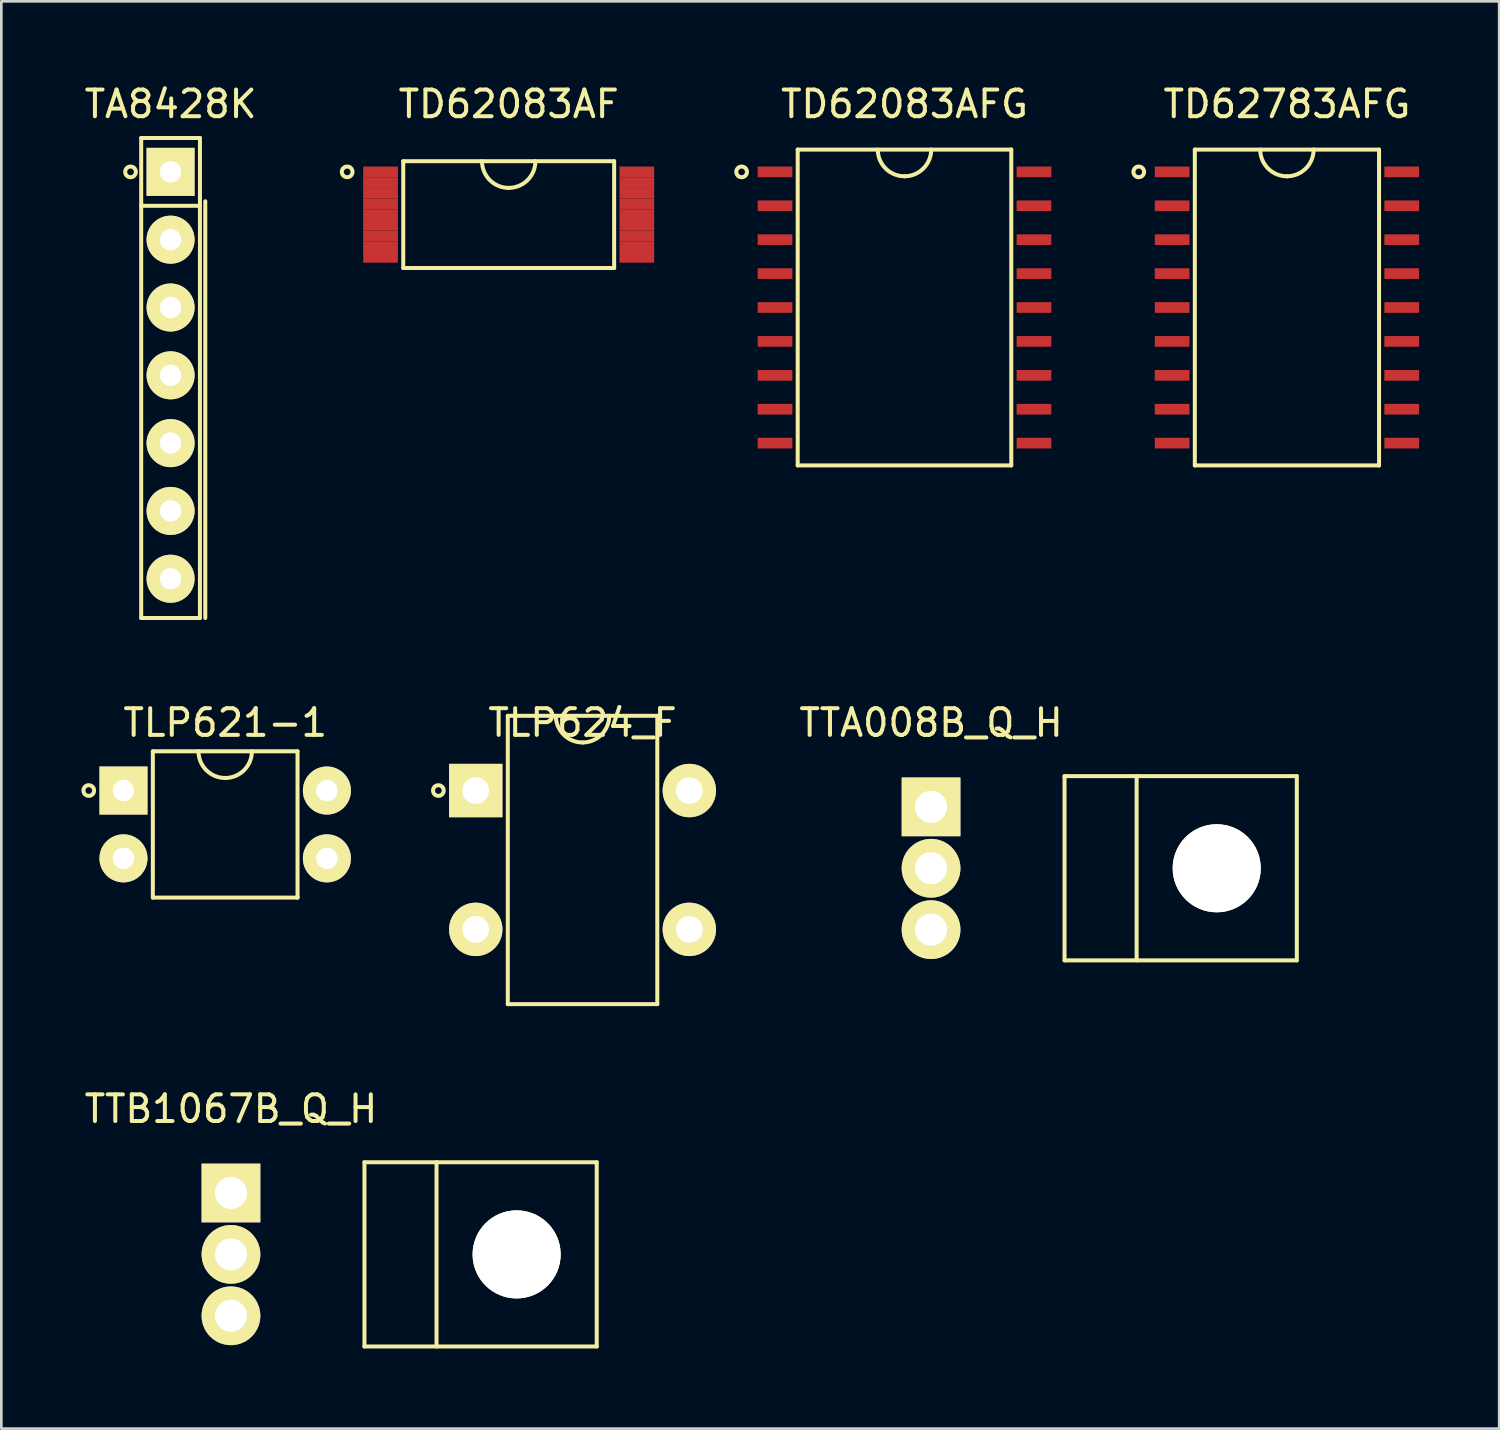
<source format=kicad_pcb>
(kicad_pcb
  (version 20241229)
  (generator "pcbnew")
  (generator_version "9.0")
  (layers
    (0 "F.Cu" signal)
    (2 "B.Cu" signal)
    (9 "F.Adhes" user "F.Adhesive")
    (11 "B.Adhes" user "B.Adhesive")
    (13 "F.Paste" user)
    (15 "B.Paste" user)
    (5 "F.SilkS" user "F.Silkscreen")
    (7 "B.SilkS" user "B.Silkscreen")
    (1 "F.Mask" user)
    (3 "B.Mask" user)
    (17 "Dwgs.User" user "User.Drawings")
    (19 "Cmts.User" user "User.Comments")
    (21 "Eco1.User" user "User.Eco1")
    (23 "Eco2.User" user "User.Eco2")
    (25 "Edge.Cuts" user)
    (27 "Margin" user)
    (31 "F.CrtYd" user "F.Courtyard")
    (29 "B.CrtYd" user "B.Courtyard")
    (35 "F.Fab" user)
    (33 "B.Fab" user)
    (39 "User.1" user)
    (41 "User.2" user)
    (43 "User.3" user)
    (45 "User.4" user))
  (footprint "TTB1067B_Q_H"
    (layer "F.Cu")
    (at 5.601 41.635)
    (property "Reference" "TTB1067B_Q_H" (at 0 -3.15 0) (layer "F.SilkS") (effects (font (size 1 1) (thickness 0.15))))
    (attr through_hole)
    (fp_line (start 5 -1.15) (end 5 5.75) (stroke (width 0.15) (type solid)) (layer "F.SilkS"))
    (fp_line (start 5 -1.15) (end 13.7 -1.15) (stroke (width 0.15) (type solid)) (layer "F.SilkS"))
    (fp_line (start 5 5.75) (end 13.7 5.75) (stroke (width 0.15) (type solid)) (layer "F.SilkS"))
    (fp_line (start 7.7 -1.15) (end 7.7 5.75) (stroke (width 0.15) (type solid)) (layer "F.SilkS"))
    (fp_line (start 13.7 -1.15) (end 13.7 5.75) (stroke (width 0.15) (type solid)) (layer "F.SilkS"))
    (pad "" np_thru_hole circle (at 10.7 2.3) (size 3.3 3.3) (drill 3.3) (layers "*.Cu" "*.Mask" "F.SilkS"))
    (pad "1" thru_hole rect (at 0 0) (size 2.2 2.2) (drill 1.2) (layers "*.Cu" "*.Mask" "F.SilkS"))
    (pad "2" thru_hole circle (at 0 2.3) (size 2.2 2.2) (drill 1.2) (layers "*.Cu" "*.Mask" "F.SilkS"))
    (pad "3" thru_hole circle (at 0 4.6) (size 2.2 2.2) (drill 1.2) (layers "*.Cu" "*.Mask" "F.SilkS")))
  (footprint "TLP624_F"
    (layer "F.Cu")
    (at 14.77 26.561)
    (property "Reference" "TLP624_F" (at 4 -2.54 0) (layer "F.SilkS") (effects (font (size 1 1) (thickness 0.15))))
    (attr through_hole)
    (fp_line (start 1.2 -2.8) (end 6.8 -2.8) (stroke (width 0.15) (type solid)) (layer "F.SilkS"))
    (fp_line (start 1.2 8) (end 1.2 -2.8) (stroke (width 0.15) (type solid)) (layer "F.SilkS"))
    (fp_line (start 6.8 -2.8) (end 6.8 8) (stroke (width 0.15) (type solid)) (layer "F.SilkS"))
    (fp_line (start 6.8 8) (end 1.2 8) (stroke (width 0.15) (type solid)) (layer "F.SilkS"))
    (fp_arc (start 4 -1.8) (mid 3.292893 -2.092893) (end 3 -2.8) (stroke (width 0.15) (type solid)) (layer "F.SilkS"))
    (fp_arc (start 5 -2.8) (mid 4.707107 -2.092893) (end 4 -1.8) (stroke (width 0.15) (type solid)) (layer "F.SilkS"))
    (fp_circle (center -1.4 0) (end -1.4 0.2) (stroke (width 0.15) (type solid)) (fill no) (layer "F.SilkS"))
    (pad "1" thru_hole rect (at 0 0) (size 2 2) (drill 1) (layers "*.Cu" "*.Mask" "F.SilkS"))
    (pad "2" thru_hole circle (at 0 5.2) (size 2 2) (drill 1) (layers "*.Cu" "*.Mask" "F.SilkS"))
    (pad "3" thru_hole circle (at 8 5.2) (size 2 2) (drill 1) (layers "*.Cu" "*.Mask" "F.SilkS"))
    (pad "4" thru_hole circle (at 8 0) (size 2 2) (drill 1) (layers "*.Cu" "*.Mask" "F.SilkS")))
  (footprint "TD62783AFG"
    (layer "F.Cu")
    (at 40.854 3.388)
    (property "Reference" "TD62783AFG" (at 4.3 -2.54 0) (layer "F.SilkS") (effects (font (size 1 1) (thickness 0.15))))
    (attr through_hole)
    (fp_line (start 0.85 -0.835) (end 7.75 -0.835) (stroke (width 0.15) (type solid)) (layer "F.SilkS"))
    (fp_line (start 0.85 10.995) (end 0.85 -0.835) (stroke (width 0.15) (type solid)) (layer "F.SilkS"))
    (fp_line (start 7.75 -0.835) (end 7.75 10.995) (stroke (width 0.15) (type solid)) (layer "F.SilkS"))
    (fp_line (start 7.75 10.995) (end 0.85 10.995) (stroke (width 0.15) (type solid)) (layer "F.SilkS"))
    (fp_arc (start 4.3 0.165) (mid 3.592893 -0.127893) (end 3.3 -0.835) (stroke (width 0.15) (type solid)) (layer "F.SilkS"))
    (fp_arc (start 5.3 -0.835) (mid 5.007107 -0.127893) (end 4.3 0.165) (stroke (width 0.15) (type solid)) (layer "F.SilkS"))
    (fp_circle (center -1.25 0) (end -1.25 0.2) (stroke (width 0.15) (type solid)) (fill no) (layer "F.SilkS"))
    (pad "1" smd rect (at 0 0) (size 1.3 0.4) (layers "F.Cu" "F.Mask" "F.Paste"))
    (pad "2" smd rect (at 0 1.27) (size 1.3 0.4) (layers "F.Cu" "F.Mask" "F.Paste"))
    (pad "3" smd rect (at 0 2.54) (size 1.3 0.4) (layers "F.Cu" "F.Mask" "F.Paste"))
    (pad "4" smd rect (at 0 3.81) (size 1.3 0.4) (layers "F.Cu" "F.Mask" "F.Paste"))
    (pad "5" smd rect (at 0 5.08) (size 1.3 0.4) (layers "F.Cu" "F.Mask" "F.Paste"))
    (pad "6" smd rect (at 0 6.35) (size 1.3 0.4) (layers "F.Cu" "F.Mask" "F.Paste"))
    (pad "7" smd rect (at 0 7.62) (size 1.3 0.4) (layers "F.Cu" "F.Mask" "F.Paste"))
    (pad "8" smd rect (at 0 8.89) (size 1.3 0.4) (layers "F.Cu" "F.Mask" "F.Paste"))
    (pad "9" smd rect (at 0 10.16) (size 1.3 0.4) (layers "F.Cu" "F.Mask" "F.Paste"))
    (pad "10" smd rect (at 8.6 10.16) (size 1.3 0.4) (layers "F.Cu" "F.Mask" "F.Paste"))
    (pad "11" smd rect (at 8.6 8.89) (size 1.3 0.4) (layers "F.Cu" "F.Mask" "F.Paste"))
    (pad "12" smd rect (at 8.6 7.62) (size 1.3 0.4) (layers "F.Cu" "F.Mask" "F.Paste"))
    (pad "13" smd rect (at 8.6 6.35) (size 1.3 0.4) (layers "F.Cu" "F.Mask" "F.Paste"))
    (pad "14" smd rect (at 8.6 5.08) (size 1.3 0.4) (layers "F.Cu" "F.Mask" "F.Paste"))
    (pad "15" smd rect (at 8.6 3.81) (size 1.3 0.4) (layers "F.Cu" "F.Mask" "F.Paste"))
    (pad "16" smd rect (at 8.6 2.54) (size 1.3 0.4) (layers "F.Cu" "F.Mask" "F.Paste"))
    (pad "17" smd rect (at 8.6 1.27) (size 1.3 0.4) (layers "F.Cu" "F.Mask" "F.Paste"))
    (pad "18" smd rect (at 8.6 0) (size 1.3 0.4) (layers "F.Cu" "F.Mask" "F.Paste")))
  (footprint "TLP621-1"
    (layer "F.Cu")
    (at 1.575 26.561)
    (property "Reference" "TLP621-1" (at 3.81 -2.54 0) (layer "F.SilkS") (effects (font (size 1 1) (thickness 0.15))))
    (attr through_hole)
    (fp_line (start 1.1 -1.47) (end 6.52 -1.47) (stroke (width 0.15) (type solid)) (layer "F.SilkS"))
    (fp_line (start 1.1 4.01) (end 1.1 -1.47) (stroke (width 0.15) (type solid)) (layer "F.SilkS"))
    (fp_line (start 6.52 -1.47) (end 6.52 4.01) (stroke (width 0.15) (type solid)) (layer "F.SilkS"))
    (fp_line (start 6.52 4.01) (end 1.1 4.01) (stroke (width 0.15) (type solid)) (layer "F.SilkS"))
    (fp_arc (start 3.81 -0.47) (mid 3.102893 -0.762893) (end 2.81 -1.47) (stroke (width 0.15) (type solid)) (layer "F.SilkS"))
    (fp_arc (start 4.81 -1.47) (mid 4.517107 -0.762893) (end 3.81 -0.47) (stroke (width 0.15) (type solid)) (layer "F.SilkS"))
    (fp_circle (center -1.3 0) (end -1.3 0.2) (stroke (width 0.15) (type solid)) (fill no) (layer "F.SilkS"))
    (pad "1" thru_hole rect (at 0 0) (size 1.8 1.8) (drill 0.8) (layers "*.Cu" "*.Mask" "F.SilkS"))
    (pad "2" thru_hole circle (at 0 2.54) (size 1.8 1.8) (drill 0.8) (layers "*.Cu" "*.Mask" "F.SilkS"))
    (pad "3" thru_hole circle (at 7.62 2.54) (size 1.8 1.8) (drill 0.8) (layers "*.Cu" "*.Mask" "F.SilkS"))
    (pad "4" thru_hole circle (at 7.62 0) (size 1.8 1.8) (drill 0.8) (layers "*.Cu" "*.Mask" "F.SilkS")))
  (footprint "TTA008B_Q_H"
    (layer "F.Cu")
    (at 31.824 27.172)
    (property "Reference" "TTA008B_Q_H" (at 0 -3.15 0) (layer "F.SilkS") (effects (font (size 1 1) (thickness 0.15))))
    (attr through_hole)
    (fp_line (start 5 -1.15) (end 5 5.75) (stroke (width 0.15) (type solid)) (layer "F.SilkS"))
    (fp_line (start 5 -1.15) (end 13.7 -1.15) (stroke (width 0.15) (type solid)) (layer "F.SilkS"))
    (fp_line (start 5 5.75) (end 13.7 5.75) (stroke (width 0.15) (type solid)) (layer "F.SilkS"))
    (fp_line (start 7.7 -1.15) (end 7.7 5.75) (stroke (width 0.15) (type solid)) (layer "F.SilkS"))
    (fp_line (start 13.7 -1.15) (end 13.7 5.75) (stroke (width 0.15) (type solid)) (layer "F.SilkS"))
    (pad "" np_thru_hole circle (at 10.7 2.3) (size 3.3 3.3) (drill 3.3) (layers "*.Cu" "*.Mask" "F.SilkS"))
    (pad "1" thru_hole rect (at 0 0) (size 2.2 2.2) (drill 1.2) (layers "*.Cu" "*.Mask" "F.SilkS"))
    (pad "2" thru_hole circle (at 0 2.3) (size 2.2 2.2) (drill 1.2) (layers "*.Cu" "*.Mask" "F.SilkS"))
    (pad "3" thru_hole circle (at 0 4.6) (size 2.2 2.2) (drill 1.2) (layers "*.Cu" "*.Mask" "F.SilkS")))
  (footprint "TD62083AF"
    (layer "F.Cu")
    (at 11.204 3.388)
    (property "Reference" "TD62083AF" (at 4.8 -2.54 0) (layer "F.SilkS") (effects (font (size 1 1) (thickness 0.15))))
    (attr through_hole)
    (fp_line (start 0.85 -0.4) (end 8.75 -0.4) (stroke (width 0.15) (type solid)) (layer "F.SilkS"))
    (fp_line (start 0.85 3.6) (end 0.85 -0.4) (stroke (width 0.15) (type solid)) (layer "F.SilkS"))
    (fp_line (start 8.75 -0.4) (end 8.75 3.6) (stroke (width 0.15) (type solid)) (layer "F.SilkS"))
    (fp_line (start 8.75 3.6) (end 0.85 3.6) (stroke (width 0.15) (type solid)) (layer "F.SilkS"))
    (fp_arc (start 4.8 0.6) (mid 4.092893 0.307107) (end 3.8 -0.4) (stroke (width 0.15) (type solid)) (layer "F.SilkS"))
    (fp_arc (start 5.8 -0.4) (mid 5.507107 0.307107) (end 4.8 0.6) (stroke (width 0.15) (type solid)) (layer "F.SilkS"))
    (fp_circle (center -1.25 0) (end -1.25 0.2) (stroke (width 0.15) (type solid)) (fill no) (layer "F.SilkS"))
    (pad "1" smd rect (at 0 0) (size 1.3 0.4) (layers "F.Cu" "F.Mask" "F.Paste"))
    (pad "2" smd rect (at 0 0.4) (size 1.3 0.4) (layers "F.Cu" "F.Mask" "F.Paste"))
    (pad "3" smd rect (at 0 0.8) (size 1.3 0.4) (layers "F.Cu" "F.Mask" "F.Paste"))
    (pad "4" smd rect (at 0 1.2) (size 1.3 0.4) (layers "F.Cu" "F.Mask" "F.Paste"))
    (pad "5" smd rect (at 0 1.6) (size 1.3 0.4) (layers "F.Cu" "F.Mask" "F.Paste"))
    (pad "6" smd rect (at 0 2) (size 1.3 0.4) (layers "F.Cu" "F.Mask" "F.Paste"))
    (pad "7" smd rect (at 0 2.4) (size 1.3 0.4) (layers "F.Cu" "F.Mask" "F.Paste"))
    (pad "8" smd rect (at 0 2.8) (size 1.3 0.4) (layers "F.Cu" "F.Mask" "F.Paste"))
    (pad "9" smd rect (at 0 3.2) (size 1.3 0.4) (layers "F.Cu" "F.Mask" "F.Paste"))
    (pad "10" smd rect (at 9.6 3.2) (size 1.3 0.4) (layers "F.Cu" "F.Mask" "F.Paste"))
    (pad "11" smd rect (at 9.6 2.8) (size 1.3 0.4) (layers "F.Cu" "F.Mask" "F.Paste"))
    (pad "12" smd rect (at 9.6 2.4) (size 1.3 0.4) (layers "F.Cu" "F.Mask" "F.Paste"))
    (pad "13" smd rect (at 9.6 2) (size 1.3 0.4) (layers "F.Cu" "F.Mask" "F.Paste"))
    (pad "14" smd rect (at 9.6 1.6) (size 1.3 0.4) (layers "F.Cu" "F.Mask" "F.Paste"))
    (pad "15" smd rect (at 9.6 1.2) (size 1.3 0.4) (layers "F.Cu" "F.Mask" "F.Paste"))
    (pad "16" smd rect (at 9.6 0.8) (size 1.3 0.4) (layers "F.Cu" "F.Mask" "F.Paste"))
    (pad "17" smd rect (at 9.6 0.4) (size 1.3 0.4) (layers "F.Cu" "F.Mask" "F.Paste"))
    (pad "18" smd rect (at 9.6 0) (size 1.3 0.4) (layers "F.Cu" "F.Mask" "F.Paste")))
  (footprint "TD62083AFG"
    (layer "F.Cu")
    (at 25.979 3.388)
    (property "Reference" "TD62083AFG" (at 4.85 -2.54 0) (layer "F.SilkS") (effects (font (size 1 1) (thickness 0.15))))
    (attr through_hole)
    (fp_line (start 0.85 -0.835) (end 8.85 -0.835) (stroke (width 0.15) (type solid)) (layer "F.SilkS"))
    (fp_line (start 0.85 10.995) (end 0.85 -0.835) (stroke (width 0.15) (type solid)) (layer "F.SilkS"))
    (fp_line (start 8.85 -0.835) (end 8.85 10.995) (stroke (width 0.15) (type solid)) (layer "F.SilkS"))
    (fp_line (start 8.85 10.995) (end 0.85 10.995) (stroke (width 0.15) (type solid)) (layer "F.SilkS"))
    (fp_arc (start 4.85 0.165) (mid 4.142893 -0.127893) (end 3.85 -0.835) (stroke (width 0.15) (type solid)) (layer "F.SilkS"))
    (fp_arc (start 5.85 -0.835) (mid 5.557107 -0.127893) (end 4.85 0.165) (stroke (width 0.15) (type solid)) (layer "F.SilkS"))
    (fp_circle (center -1.25 0) (end -1.25 0.2) (stroke (width 0.15) (type solid)) (fill no) (layer "F.SilkS"))
    (pad "1" smd rect (at 0 0) (size 1.3 0.4) (layers "F.Cu" "F.Mask" "F.Paste"))
    (pad "2" smd rect (at 0 1.27) (size 1.3 0.4) (layers "F.Cu" "F.Mask" "F.Paste"))
    (pad "3" smd rect (at 0 2.54) (size 1.3 0.4) (layers "F.Cu" "F.Mask" "F.Paste"))
    (pad "4" smd rect (at 0 3.81) (size 1.3 0.4) (layers "F.Cu" "F.Mask" "F.Paste"))
    (pad "5" smd rect (at 0 5.08) (size 1.3 0.4) (layers "F.Cu" "F.Mask" "F.Paste"))
    (pad "6" smd rect (at 0 6.35) (size 1.3 0.4) (layers "F.Cu" "F.Mask" "F.Paste"))
    (pad "7" smd rect (at 0 7.62) (size 1.3 0.4) (layers "F.Cu" "F.Mask" "F.Paste"))
    (pad "8" smd rect (at 0 8.89) (size 1.3 0.4) (layers "F.Cu" "F.Mask" "F.Paste"))
    (pad "9" smd rect (at 0 10.16) (size 1.3 0.4) (layers "F.Cu" "F.Mask" "F.Paste"))
    (pad "10" smd rect (at 9.7 10.16) (size 1.3 0.4) (layers "F.Cu" "F.Mask" "F.Paste"))
    (pad "11" smd rect (at 9.7 8.89) (size 1.3 0.4) (layers "F.Cu" "F.Mask" "F.Paste"))
    (pad "12" smd rect (at 9.7 7.62) (size 1.3 0.4) (layers "F.Cu" "F.Mask" "F.Paste"))
    (pad "13" smd rect (at 9.7 6.35) (size 1.3 0.4) (layers "F.Cu" "F.Mask" "F.Paste"))
    (pad "14" smd rect (at 9.7 5.08) (size 1.3 0.4) (layers "F.Cu" "F.Mask" "F.Paste"))
    (pad "15" smd rect (at 9.7 3.81) (size 1.3 0.4) (layers "F.Cu" "F.Mask" "F.Paste"))
    (pad "16" smd rect (at 9.7 2.54) (size 1.3 0.4) (layers "F.Cu" "F.Mask" "F.Paste"))
    (pad "17" smd rect (at 9.7 1.27) (size 1.3 0.4) (layers "F.Cu" "F.Mask" "F.Paste"))
    (pad "18" smd rect (at 9.7 0) (size 1.3 0.4) (layers "F.Cu" "F.Mask" "F.Paste")))
  (footprint "TA8428K"
    (layer "F.Cu")
    (at 3.339 3.388)
    (property "Reference" "TA8428K" (at 0 -2.54 0) (layer "F.SilkS") (effects (font (size 1 1) (thickness 0.15))))
    (attr through_hole)
    (fp_line (start -1.1 -1.27) (end 1.1 -1.27) (stroke (width 0.15) (type solid)) (layer "F.SilkS"))
    (fp_line (start -1.1 1.27) (end 1.1 1.27) (stroke (width 0.15) (type solid)) (layer "F.SilkS"))
    (fp_line (start -1.1 16.71) (end -1.1 -1.27) (stroke (width 0.15) (type solid)) (layer "F.SilkS"))
    (fp_line (start 1.1 -1.27) (end 1.1 16.71) (stroke (width 0.15) (type solid)) (layer "F.SilkS"))
    (fp_line (start 1.1 16.71) (end -1.1 16.71) (stroke (width 0.15) (type solid)) (layer "F.SilkS"))
    (fp_line (start 1.3 1.1) (end 1.3 16.71) (stroke (width 0.15) (type solid)) (layer "F.SilkS"))
    (fp_circle (center -1.5 0) (end -1.5 0.2) (stroke (width 0.15) (type solid)) (fill no) (layer "F.SilkS"))
    (pad "1" thru_hole rect (at 0 0) (size 1.8 1.8) (drill 0.8) (layers "*.Cu" "*.Mask" "F.SilkS"))
    (pad "2" thru_hole circle (at 0 2.54) (size 1.8 1.8) (drill 0.8) (layers "*.Cu" "*.Mask" "F.SilkS"))
    (pad "3" thru_hole circle (at 0 5.08) (size 1.8 1.8) (drill 0.8) (layers "*.Cu" "*.Mask" "F.SilkS"))
    (pad "4" thru_hole circle (at 0 7.62) (size 1.8 1.8) (drill 0.8) (layers "*.Cu" "*.Mask" "F.SilkS"))
    (pad "5" thru_hole circle (at 0 10.16) (size 1.8 1.8) (drill 0.8) (layers "*.Cu" "*.Mask" "F.SilkS"))
    (pad "6" thru_hole circle (at 0 12.7) (size 1.8 1.8) (drill 0.8) (layers "*.Cu" "*.Mask" "F.SilkS"))
    (pad "7" thru_hole circle (at 0 15.24) (size 1.8 1.8) (drill 0.8) (layers "*.Cu" "*.Mask" "F.SilkS")))
  (gr_rect
    (start -3 -3)
    (end 53.104 50.46)
    (stroke (width 0.1) (type default))
    (fill no)
    (layer "Edge.Cuts")))
</source>
